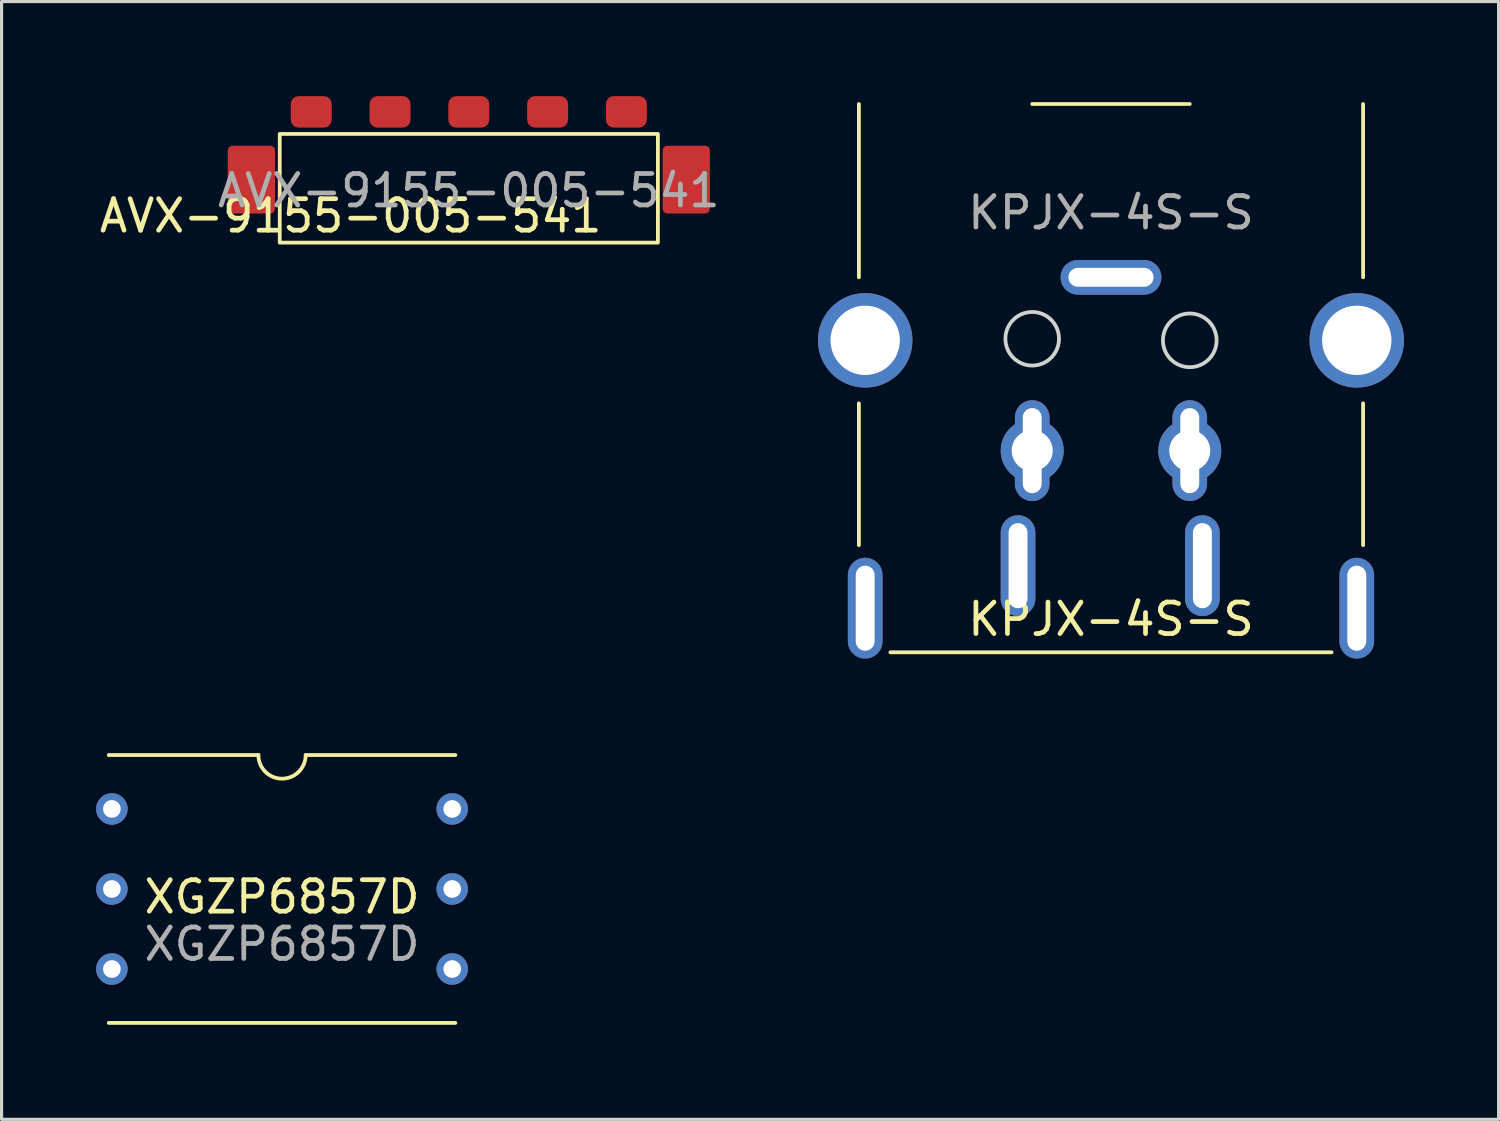
<source format=kicad_pcb>
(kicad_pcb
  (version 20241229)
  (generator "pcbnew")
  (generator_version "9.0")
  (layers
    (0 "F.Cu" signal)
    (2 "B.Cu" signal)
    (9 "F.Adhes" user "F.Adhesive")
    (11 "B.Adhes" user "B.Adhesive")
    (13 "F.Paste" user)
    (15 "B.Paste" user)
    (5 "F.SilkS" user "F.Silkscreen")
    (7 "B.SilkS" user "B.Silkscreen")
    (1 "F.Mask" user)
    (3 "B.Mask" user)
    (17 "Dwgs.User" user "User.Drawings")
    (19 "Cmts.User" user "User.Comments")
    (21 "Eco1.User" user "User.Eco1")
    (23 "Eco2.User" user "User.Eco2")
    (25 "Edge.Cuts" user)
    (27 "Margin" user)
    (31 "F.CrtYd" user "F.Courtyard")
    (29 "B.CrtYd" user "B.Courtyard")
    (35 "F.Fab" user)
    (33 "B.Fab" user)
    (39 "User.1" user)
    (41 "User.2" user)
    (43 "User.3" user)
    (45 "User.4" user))
  (footprint "AVX-9155-005-541"
    (layer "F.Cu")
    (at 11.827 0.5)
    (property "Reference" "AVX-9155-005-541" (at -3.75 3.3 0) (unlocked yes) (layer "F.SilkS") (effects (font (size 1 1) (thickness 0.15))))
    (attr smd)
    (fp_rect (start -6 4.15) (end 6 0.7) (stroke (width 0.12) (type solid)) (fill no) (layer "F.SilkS"))
    (fp_text user "${REFERENCE}" (at 0 2.5 0) (unlocked yes) (layer "F.Fab") (effects (font (size 1 1) (thickness 0.15))))
    (pad "1" smd roundrect (at -5 0) (size 1.3 1) (layers "F.Cu" "F.Mask" "F.Paste") (roundrect_rratio 0.25))
    (pad "2" smd roundrect (at -2.5 0) (size 1.3 1) (layers "F.Cu" "F.Mask" "F.Paste") (roundrect_rratio 0.25))
    (pad "3" smd roundrect (at 0 0) (size 1.3 1) (layers "F.Cu" "F.Mask" "F.Paste") (roundrect_rratio 0.25))
    (pad "4" smd roundrect (at 2.5 0) (size 1.3 1) (layers "F.Cu" "F.Mask" "F.Paste") (roundrect_rratio 0.25))
    (pad "5" smd roundrect (at 5 0) (size 1.3 1) (layers "F.Cu" "F.Mask" "F.Paste") (roundrect_rratio 0.25))
    (pad "6" smd roundrect (at -6.9 2.15) (size 1.5 2.15) (layers "F.Cu" "F.Mask" "F.Paste") (roundrect_rratio 0.1))
    (pad "7" smd roundrect (at 6.9 2.15) (size 1.5 2.15) (layers "F.Cu" "F.Mask" "F.Paste") (roundrect_rratio 0.1)))
  (footprint "KPJX-4S-S"
    (layer "F.Cu")
    (at 32.205 0.25)
    (property "Reference" "KPJX-4S-S" (at 0 16.35 0) (unlocked yes) (layer "F.SilkS") (effects (font (size 1 1) (thickness 0.15))))
    (attr through_hole)
    (fp_line (start -8 5.5) (end -8 0) (stroke (width 0.12) (type solid)) (layer "F.SilkS"))
    (fp_line (start -8 14) (end -8 9.5) (stroke (width 0.12) (type solid)) (layer "F.SilkS"))
    (fp_line (start -2.5 0) (end 2.5 0) (stroke (width 0.12) (type solid)) (layer "F.SilkS"))
    (fp_line (start 7 17.4) (end -7 17.4) (stroke (width 0.12) (type solid)) (layer "F.SilkS"))
    (fp_line (start 8 0) (end 8 5.5) (stroke (width 0.12) (type solid)) (layer "F.SilkS"))
    (fp_line (start 8 9.5) (end 8 14) (stroke (width 0.12) (type solid)) (layer "F.SilkS"))
    (fp_circle (center -2.5 7.45) (end -1.65 7.45) (stroke (width 0.12) (type solid)) (fill no) (layer "Edge.Cuts"))
    (fp_circle (center 2.5 7.5) (end 3.35 7.55) (stroke (width 0.12) (type solid)) (fill no) (layer "Edge.Cuts"))
    (fp_text user "${REFERENCE}" (at 0 3.45 0) (unlocked yes) (layer "F.Fab") (effects (font (size 1 1) (thickness 0.15))))
    (pad "1" thru_hole oval (at 2.9 14.65 180) (size 1.1 3.2) (drill oval 0.6 2.7) (layers "*.Cu" "*.Mask"))
    (pad "2" thru_hole oval (at -2.95 14.65 180) (size 1.1 3.2) (drill oval 0.6 2.7) (layers "*.Cu" "*.Mask"))
    (pad "3" thru_hole oval (at 2.5 11 180) (size 1.1 3.2) (drill oval 0.6 2.7) (layers "*.Cu" "*.Mask"))
    (pad "4" thru_hole oval (at -2.5 11 180) (size 1.1 3.2) (drill oval 0.6 2.7) (layers "*.Cu" "*.Mask"))
    (pad "5" thru_hole oval (at -7.8 16 180) (size 1.1 3.2) (drill oval 0.6 2.7) (layers "*.Cu" "*.Mask"))
    (pad "6" thru_hole oval (at 7.8 16 180) (size 1.1 3.2) (drill oval 0.6 2.7) (layers "*.Cu" "*.Mask"))
    (pad "7" thru_hole oval (at 0 5.5 270) (size 1.1 3.2) (drill oval 0.6 2.7) (layers "*.Cu" "*.Mask"))
    (pad "8" thru_hole oval (at -7.8 7.5 270) (size 3 3) (drill oval 2.2) (layers "*.Cu" "*.Mask"))
    (pad "9" thru_hole oval (at 7.8 7.5 270) (size 3 3) (drill oval 2.2) (layers "*.Cu" "*.Mask"))
    (pad "10" thru_hole circle (at -2.5 11) (size 2 2) (drill 1.3) (layers "*.Cu" "*.Mask"))
    (pad "11" thru_hole circle (at 2.5 11) (size 2 2) (drill 1.3) (layers "*.Cu" "*.Mask")))
  (footprint "XGZP6857D"
    (layer "F.Cu")
    (at 5.9 25.16)
    (property "Reference" "XGZP6857D" (at 0 0.25 0) (unlocked yes) (layer "F.SilkS") (effects (font (size 1 1) (thickness 0.15))))
    (attr through_hole)
    (fp_line (start -5.5 4.25) (end 5.5 4.25) (stroke (width 0.12) (type solid)) (layer "F.SilkS"))
    (fp_line (start -0.75 -4.25) (end -5.5 -4.25) (stroke (width 0.12) (type solid)) (layer "F.SilkS"))
    (fp_line (start 0.75 -4.25) (end 5.5 -4.25) (stroke (width 0.12) (type solid)) (layer "F.SilkS"))
    (fp_arc (start 0.75 -4.25) (mid 0 -3.5) (end -0.75 -4.25) (stroke (width 0.12) (type solid)) (layer "F.SilkS"))
    (fp_text user "${REFERENCE}" (at 0 1.75 0) (unlocked yes) (layer "F.Fab") (effects (font (size 1 1) (thickness 0.15))))
    (pad "1" thru_hole circle (at -5.4 -2.54) (size 1 1) (drill 0.56) (layers "*.Cu" "*.Mask"))
    (pad "2" thru_hole circle (at -5.4 0) (size 1 1) (drill 0.56) (layers "*.Cu" "*.Mask"))
    (pad "3" thru_hole circle (at -5.4 2.54) (size 1 1) (drill 0.56) (layers "*.Cu" "*.Mask"))
    (pad "4" thru_hole circle (at 5.4 2.54) (size 1 1) (drill 0.56) (layers "*.Cu" "*.Mask"))
    (pad "5" thru_hole circle (at 5.4 0) (size 1 1) (drill 0.56) (layers "*.Cu" "*.Mask"))
    (pad "6" thru_hole circle (at 5.4 -2.54) (size 1 1) (drill 0.56) (layers "*.Cu" "*.Mask")))
  (gr_rect
    (start -3 -3)
    (end 44.505 32.47)
    (stroke (width 0.1) (type default))
    (fill no)
    (layer "Edge.Cuts")))
</source>
